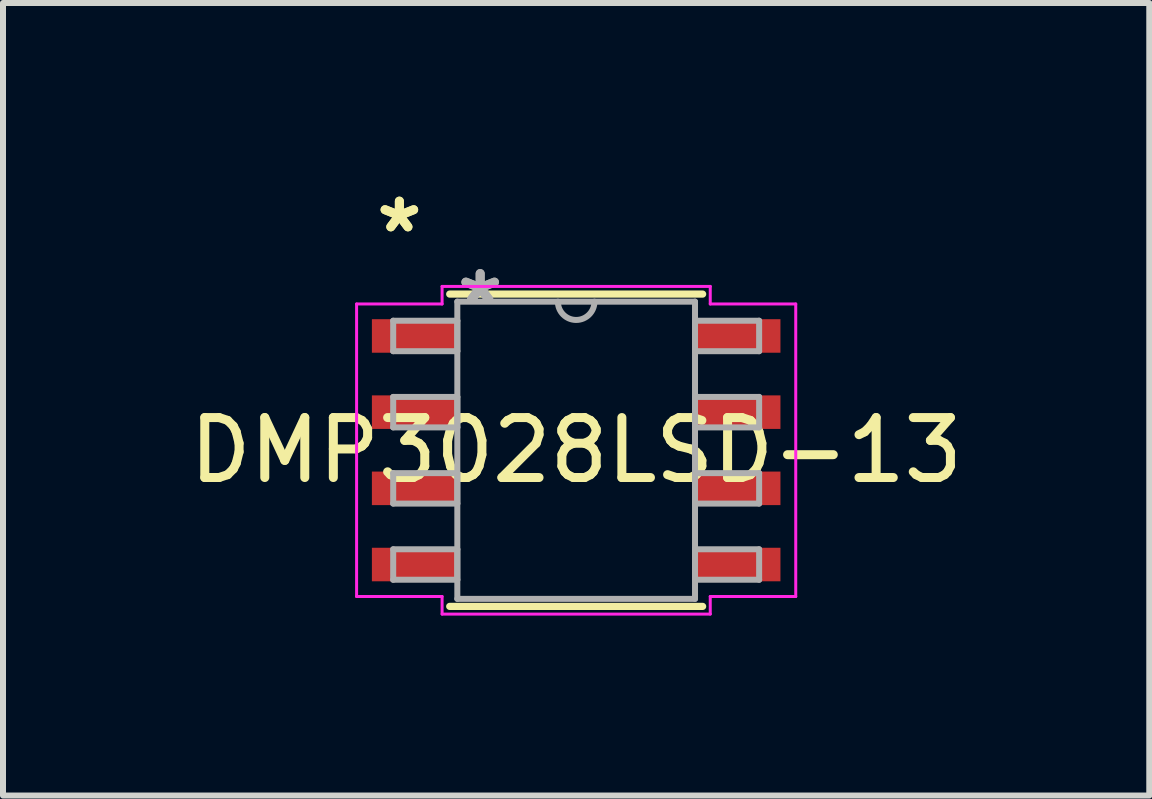
<source format=kicad_pcb>
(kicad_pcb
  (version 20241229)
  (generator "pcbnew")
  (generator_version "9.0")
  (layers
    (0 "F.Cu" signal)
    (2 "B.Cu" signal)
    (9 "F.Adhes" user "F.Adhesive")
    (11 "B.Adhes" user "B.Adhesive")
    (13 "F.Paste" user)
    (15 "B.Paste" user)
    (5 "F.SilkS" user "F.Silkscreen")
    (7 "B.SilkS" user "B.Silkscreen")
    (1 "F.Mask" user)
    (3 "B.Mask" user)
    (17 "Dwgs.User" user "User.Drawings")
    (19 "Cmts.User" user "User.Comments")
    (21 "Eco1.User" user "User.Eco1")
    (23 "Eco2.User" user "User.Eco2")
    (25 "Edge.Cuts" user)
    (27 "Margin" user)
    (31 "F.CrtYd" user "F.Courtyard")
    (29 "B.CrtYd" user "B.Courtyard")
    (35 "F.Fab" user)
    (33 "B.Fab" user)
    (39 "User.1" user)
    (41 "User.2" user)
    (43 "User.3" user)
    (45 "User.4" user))
  (footprint "DMP3028LSD-13"
    (layer "F.Cu")
    (at 6.554 4.455)
    (property "Reference" "DMP3028LSD-13" (at 0 0 0) (layer "F.SilkS") (effects (font (size 1 1) (thickness 0.15))))
    (attr smd)
    (fp_line (start -2.108 2.603) (end 2.108 2.603) (stroke (width 0.12) (type solid)) (layer "F.SilkS"))
    (fp_line (start 2.108 -2.603) (end -2.108 -2.603) (stroke (width 0.12) (type solid)) (layer "F.SilkS"))
    (fp_line (start -3.66 -2.438) (end -2.235 -2.438) (stroke (width 0.05) (type solid)) (layer "F.CrtYd"))
    (fp_line (start -3.66 2.438) (end -3.66 -2.438) (stroke (width 0.05) (type solid)) (layer "F.CrtYd"))
    (fp_line (start -3.66 2.438) (end -2.235 2.438) (stroke (width 0.05) (type solid)) (layer "F.CrtYd"))
    (fp_line (start -2.235 -2.731) (end 2.235 -2.731) (stroke (width 0.05) (type solid)) (layer "F.CrtYd"))
    (fp_line (start -2.235 -2.438) (end -2.235 -2.731) (stroke (width 0.05) (type solid)) (layer "F.CrtYd"))
    (fp_line (start -2.235 2.731) (end -2.235 2.438) (stroke (width 0.05) (type solid)) (layer "F.CrtYd"))
    (fp_line (start 2.235 -2.731) (end 2.235 -2.438) (stroke (width 0.05) (type solid)) (layer "F.CrtYd"))
    (fp_line (start 2.235 2.438) (end 2.235 2.731) (stroke (width 0.05) (type solid)) (layer "F.CrtYd"))
    (fp_line (start 2.235 2.731) (end -2.235 2.731) (stroke (width 0.05) (type solid)) (layer "F.CrtYd"))
    (fp_line (start 3.66 -2.438) (end 2.235 -2.438) (stroke (width 0.05) (type solid)) (layer "F.CrtYd"))
    (fp_line (start 3.66 -2.438) (end 3.66 2.438) (stroke (width 0.05) (type solid)) (layer "F.CrtYd"))
    (fp_line (start 3.66 2.438) (end 2.235 2.438) (stroke (width 0.05) (type solid)) (layer "F.CrtYd"))
    (fp_line (start -3.05 -2.159) (end -3.05 -1.651) (stroke (width 0.1) (type solid)) (layer "F.Fab"))
    (fp_line (start -3.05 -1.651) (end -1.981 -1.651) (stroke (width 0.1) (type solid)) (layer "F.Fab"))
    (fp_line (start -3.05 -0.889) (end -3.05 -0.381) (stroke (width 0.1) (type solid)) (layer "F.Fab"))
    (fp_line (start -3.05 -0.381) (end -1.981 -0.381) (stroke (width 0.1) (type solid)) (layer "F.Fab"))
    (fp_line (start -3.05 0.381) (end -3.05 0.889) (stroke (width 0.1) (type solid)) (layer "F.Fab"))
    (fp_line (start -3.05 0.889) (end -1.981 0.889) (stroke (width 0.1) (type solid)) (layer "F.Fab"))
    (fp_line (start -3.05 1.651) (end -3.05 2.159) (stroke (width 0.1) (type solid)) (layer "F.Fab"))
    (fp_line (start -3.05 2.159) (end -1.981 2.159) (stroke (width 0.1) (type solid)) (layer "F.Fab"))
    (fp_line (start -1.981 -2.477) (end -1.981 2.477) (stroke (width 0.1) (type solid)) (layer "F.Fab"))
    (fp_line (start -1.981 -2.159) (end -3.05 -2.159) (stroke (width 0.1) (type solid)) (layer "F.Fab"))
    (fp_line (start -1.981 -1.651) (end -1.981 -2.159) (stroke (width 0.1) (type solid)) (layer "F.Fab"))
    (fp_line (start -1.981 -0.889) (end -3.05 -0.889) (stroke (width 0.1) (type solid)) (layer "F.Fab"))
    (fp_line (start -1.981 -0.381) (end -1.981 -0.889) (stroke (width 0.1) (type solid)) (layer "F.Fab"))
    (fp_line (start -1.981 0.381) (end -3.05 0.381) (stroke (width 0.1) (type solid)) (layer "F.Fab"))
    (fp_line (start -1.981 0.889) (end -1.981 0.381) (stroke (width 0.1) (type solid)) (layer "F.Fab"))
    (fp_line (start -1.981 1.651) (end -3.05 1.651) (stroke (width 0.1) (type solid)) (layer "F.Fab"))
    (fp_line (start -1.981 2.159) (end -1.981 1.651) (stroke (width 0.1) (type solid)) (layer "F.Fab"))
    (fp_line (start -1.981 2.477) (end 1.981 2.477) (stroke (width 0.1) (type solid)) (layer "F.Fab"))
    (fp_line (start 1.981 -2.477) (end -1.981 -2.477) (stroke (width 0.1) (type solid)) (layer "F.Fab"))
    (fp_line (start 1.981 -2.159) (end 1.981 -1.651) (stroke (width 0.1) (type solid)) (layer "F.Fab"))
    (fp_line (start 1.981 -1.651) (end 3.05 -1.651) (stroke (width 0.1) (type solid)) (layer "F.Fab"))
    (fp_line (start 1.981 -0.889) (end 1.981 -0.381) (stroke (width 0.1) (type solid)) (layer "F.Fab"))
    (fp_line (start 1.981 -0.381) (end 3.05 -0.381) (stroke (width 0.1) (type solid)) (layer "F.Fab"))
    (fp_line (start 1.981 0.381) (end 1.981 0.889) (stroke (width 0.1) (type solid)) (layer "F.Fab"))
    (fp_line (start 1.981 0.889) (end 3.05 0.889) (stroke (width 0.1) (type solid)) (layer "F.Fab"))
    (fp_line (start 1.981 1.651) (end 1.981 2.159) (stroke (width 0.1) (type solid)) (layer "F.Fab"))
    (fp_line (start 1.981 2.159) (end 3.05 2.159) (stroke (width 0.1) (type solid)) (layer "F.Fab"))
    (fp_line (start 1.981 2.477) (end 1.981 -2.477) (stroke (width 0.1) (type solid)) (layer "F.Fab"))
    (fp_line (start 3.05 -2.159) (end 1.981 -2.159) (stroke (width 0.1) (type solid)) (layer "F.Fab"))
    (fp_line (start 3.05 -1.651) (end 3.05 -2.159) (stroke (width 0.1) (type solid)) (layer "F.Fab"))
    (fp_line (start 3.05 -0.889) (end 1.981 -0.889) (stroke (width 0.1) (type solid)) (layer "F.Fab"))
    (fp_line (start 3.05 -0.381) (end 3.05 -0.889) (stroke (width 0.1) (type solid)) (layer "F.Fab"))
    (fp_line (start 3.05 0.381) (end 1.981 0.381) (stroke (width 0.1) (type solid)) (layer "F.Fab"))
    (fp_line (start 3.05 0.889) (end 3.05 0.381) (stroke (width 0.1) (type solid)) (layer "F.Fab"))
    (fp_line (start 3.05 1.651) (end 1.981 1.651) (stroke (width 0.1) (type solid)) (layer "F.Fab"))
    (fp_line (start 3.05 2.159) (end 3.05 1.651) (stroke (width 0.1) (type solid)) (layer "F.Fab"))
    (fp_arc (start 0.3048 -2.4765) (mid 0 -2.1717) (end -0.3048 -2.4765) (stroke (width 0.1) (type solid)) (layer "F.Fab"))
    (fp_text user "*" (at -2.947 -3.607 0) (layer "F.SilkS") (effects (font (size 1 1) (thickness 0.15))))
    (fp_text user "*" (at -2.947 -3.607 0) (layer "F.SilkS") (effects (font (size 1 1) (thickness 0.15))))
    (fp_text user "*" (at -1.6 -2.4 0) (layer "F.Fab") (effects (font (size 1 1) (thickness 0.15))))
    (fp_text user "*" (at -1.6 -2.4 0) (layer "F.Fab") (effects (font (size 1 1) (thickness 0.15))))
    (pad "1" smd rect (at -2.693 -1.905) (size 1.424 0.559) (layers "F.Cu" "F.Mask" "F.Paste"))
    (pad "2" smd rect (at -2.693 -0.635) (size 1.424 0.559) (layers "F.Cu" "F.Mask" "F.Paste"))
    (pad "3" smd rect (at -2.693 0.635) (size 1.424 0.559) (layers "F.Cu" "F.Mask" "F.Paste"))
    (pad "4" smd rect (at -2.693 1.905) (size 1.424 0.559) (layers "F.Cu" "F.Mask" "F.Paste"))
    (pad "5" smd rect (at 2.693 1.905) (size 1.424 0.559) (layers "F.Cu" "F.Mask" "F.Paste"))
    (pad "6" smd rect (at 2.693 0.635) (size 1.424 0.559) (layers "F.Cu" "F.Mask" "F.Paste"))
    (pad "7" smd rect (at 2.693 -0.635) (size 1.424 0.559) (layers "F.Cu" "F.Mask" "F.Paste"))
    (pad "8" smd rect (at 2.693 -1.905) (size 1.424 0.559) (layers "F.Cu" "F.Mask" "F.Paste")))
  (gr_rect
    (start -3 -3)
    (end 16.107 10.211)
    (stroke (width 0.1) (type default))
    (fill no)
    (layer "Edge.Cuts")))
</source>
